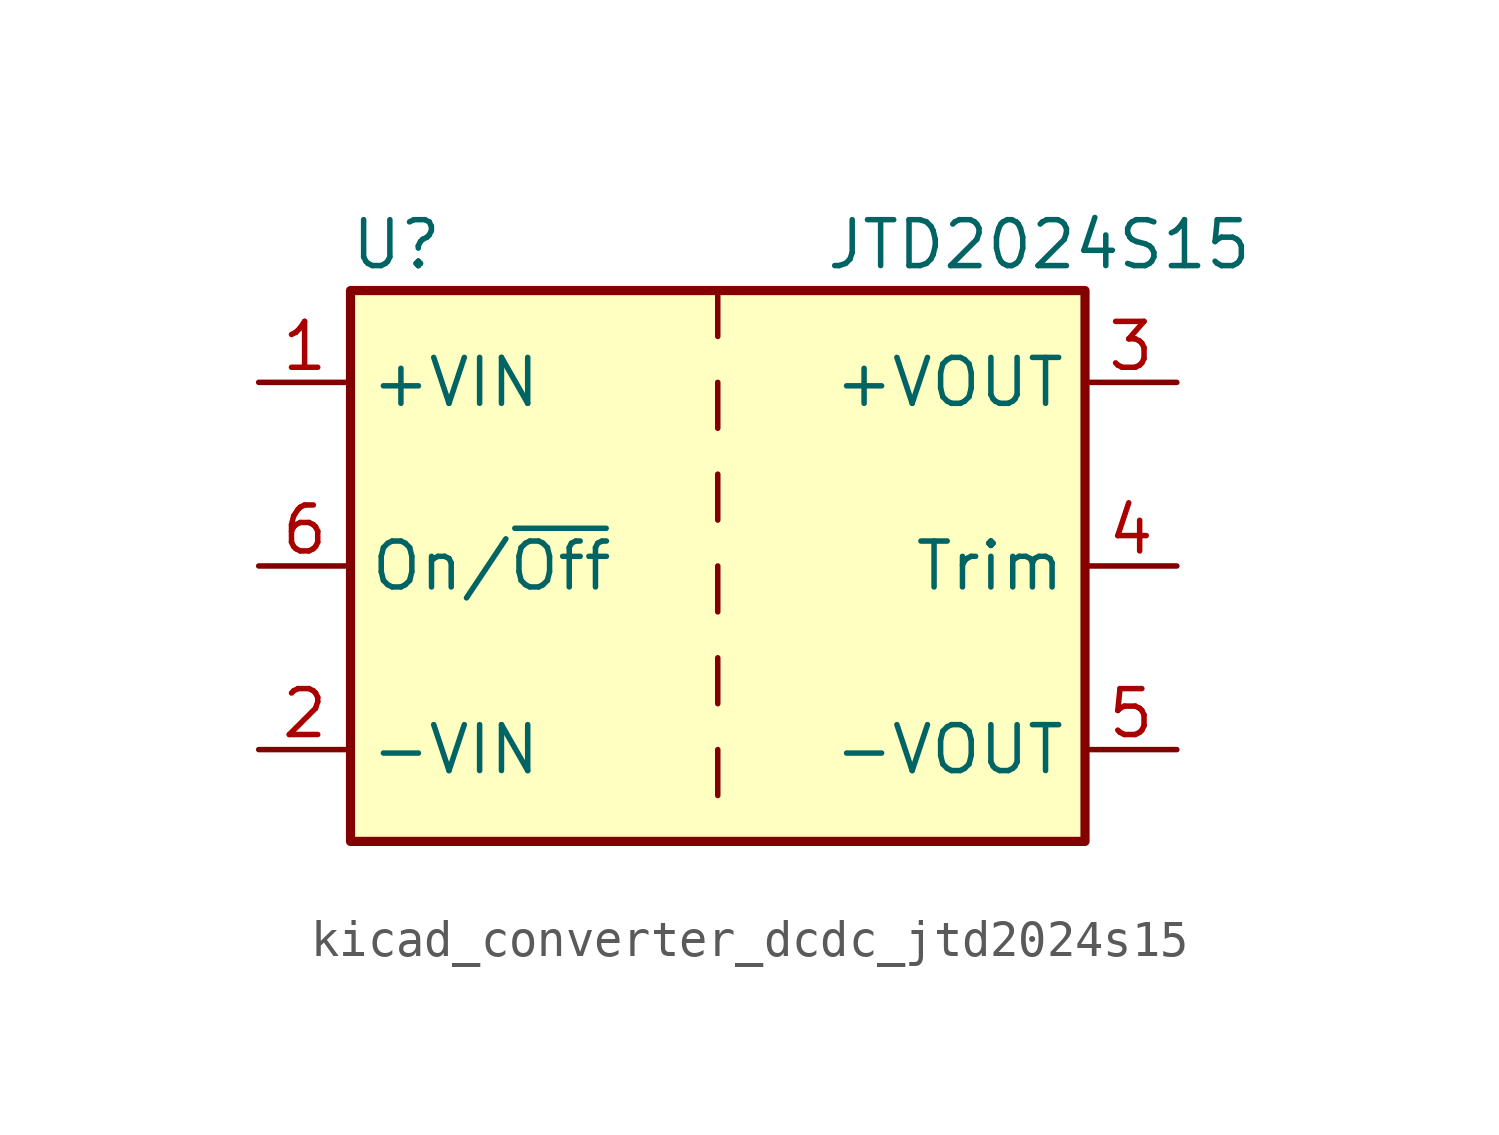
<source format=kicad_sym>
(kicad_symbol_lib
  (version 20220914)
  (generator kicad_symbol_editor)
  (symbol "kicad_converter_dcdc_jtd2024s15"
    (property "Reference" "U"
      (at -8.89 8.89 0)
      (effects (font (size 1.27 1.27))))
    (property "Value" "JTD2024S15"
      (at 8.89 8.89 0)
      (effects (font (size 1.27 1.27))))
    (symbol "kicad_converter_dcdc_jtd2024s15_0_1"
      (rectangle (start -10.16 7.62) (end 10.16 -7.62) (stroke (width 0.254) (type default)) (fill (type background)))
      (polyline (pts (xy 0 -5.08) (xy 0 -6.35)) (stroke (width 0) (type default)) (fill (type none)))
      (polyline (pts (xy 0 -2.54) (xy 0 -3.81)) (stroke (width 0) (type default)) (fill (type none)))
      (polyline (pts (xy 0 0) (xy 0 -1.27)) (stroke (width 0) (type default)) (fill (type none)))
      (polyline (pts (xy 0 2.54) (xy 0 1.27)) (stroke (width 0) (type default)) (fill (type none)))
      (polyline (pts (xy 0 5.08) (xy 0 3.81)) (stroke (width 0) (type default)) (fill (type none)))
      (polyline (pts (xy 0 7.62) (xy 0 6.35)) (stroke (width 0) (type default)) (fill (type none))))
    (symbol "kicad_converter_dcdc_jtd2024s15_1_1"
      (pin power_in line (at -12.7 5.08 0) (length 2.54) (name "+VIN" (effects (font (size 1.27 1.27)))) (number "1" (effects (font (size 1.27 1.27)))))
      (pin power_in line (at -12.7 -5.08 0) (length 2.54) (name "-VIN" (effects (font (size 1.27 1.27)))) (number "2" (effects (font (size 1.27 1.27)))))
      (pin power_out line (at 12.7 5.08 180) (length 2.54) (name "+VOUT" (effects (font (size 1.27 1.27)))) (number "3" (effects (font (size 1.27 1.27)))))
      (pin input line (at 12.7 0 180) (length 2.54) (name "Trim" (effects (font (size 1.27 1.27)))) (number "4" (effects (font (size 1.27 1.27)))))
      (pin power_out line (at 12.7 -5.08 180) (length 2.54) (name "-VOUT" (effects (font (size 1.27 1.27)))) (number "5" (effects (font (size 1.27 1.27)))))
      (pin input line (at -12.7 0 0) (length 2.54) (name "On/~{Off}" (effects (font (size 1.27 1.27)))) (number "6" (effects (font (size 1.27 1.27))))))))
</source>
